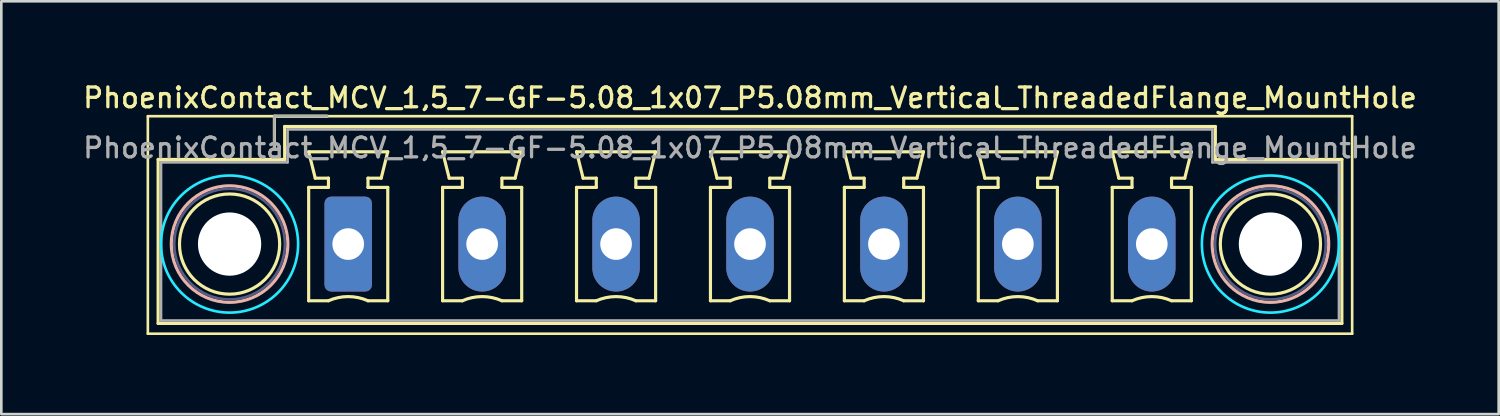
<source format=kicad_pcb>
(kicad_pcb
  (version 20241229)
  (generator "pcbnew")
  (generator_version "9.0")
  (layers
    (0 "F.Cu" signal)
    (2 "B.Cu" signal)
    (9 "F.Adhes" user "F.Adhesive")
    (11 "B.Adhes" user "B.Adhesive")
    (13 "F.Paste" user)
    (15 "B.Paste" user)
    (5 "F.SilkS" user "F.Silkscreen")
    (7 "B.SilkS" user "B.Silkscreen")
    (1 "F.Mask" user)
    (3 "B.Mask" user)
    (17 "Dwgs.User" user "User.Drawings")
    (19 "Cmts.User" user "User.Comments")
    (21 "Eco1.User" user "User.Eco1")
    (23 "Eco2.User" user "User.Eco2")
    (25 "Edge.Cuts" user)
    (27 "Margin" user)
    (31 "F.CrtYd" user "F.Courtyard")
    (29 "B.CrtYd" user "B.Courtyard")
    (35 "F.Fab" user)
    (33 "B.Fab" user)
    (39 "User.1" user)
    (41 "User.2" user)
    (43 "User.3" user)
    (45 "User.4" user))
  (footprint "PhoenixContact_MCV_1,5_7-GF-5.08_1x07_P5.08mm_Vertical_ThreadedFlange_MountHole"
    (layer "F.Cu")
    (at 10.158 6.208)
    (property "Reference" "PhoenixContact_MCV_1,5_7-GF-5.08_1x07_P5.08mm_Vertical_ThreadedFlange_MountHole" (at 15.24 -5.55 0) (layer "F.SilkS") (effects (font (size 0.75 0.75) (thickness 0.125))))
    (attr through_hole)
    (fp_line (start -7.6 -4.85) (end -7.6 3.4) (stroke (width 0.1) (type solid)) (layer "F.SilkS"))
    (fp_line (start -7.6 3.4) (end 38.08 3.4) (stroke (width 0.1) (type solid)) (layer "F.SilkS"))
    (fp_line (start -7.21 -3.21) (end -7.21 3.01) (stroke (width 0.12) (type solid)) (layer "F.SilkS"))
    (fp_line (start -7.21 3.01) (end 37.69 3.01) (stroke (width 0.12) (type solid)) (layer "F.SilkS"))
    (fp_line (start -2.8 -4.85) (end -0.8 -4.85) (stroke (width 0.12) (type solid)) (layer "F.SilkS"))
    (fp_line (start -2.8 -3.6) (end -2.8 -4.85) (stroke (width 0.12) (type solid)) (layer "F.SilkS"))
    (fp_line (start -2.41 -4.46) (end -2.41 -3.21) (stroke (width 0.12) (type solid)) (layer "F.SilkS"))
    (fp_line (start -2.41 -3.21) (end -7.21 -3.21) (stroke (width 0.12) (type solid)) (layer "F.SilkS"))
    (fp_line (start -1.5 -3.5) (end 1.5 -3.5) (stroke (width 0.12) (type solid)) (layer "F.SilkS"))
    (fp_line (start -1.5 -2.15) (end -0.75 -2.15) (stroke (width 0.12) (type solid)) (layer "F.SilkS"))
    (fp_line (start -1.5 2.15) (end -1.5 -2.15) (stroke (width 0.12) (type solid)) (layer "F.SilkS"))
    (fp_line (start -1.25 -2.5) (end -1.5 -3.5) (stroke (width 0.12) (type solid)) (layer "F.SilkS"))
    (fp_line (start -0.75 -2.5) (end -1.25 -2.5) (stroke (width 0.12) (type solid)) (layer "F.SilkS"))
    (fp_line (start -0.75 -2.15) (end -0.75 -2.5) (stroke (width 0.12) (type solid)) (layer "F.SilkS"))
    (fp_line (start -0.75 2.15) (end -1.5 2.15) (stroke (width 0.12) (type solid)) (layer "F.SilkS"))
    (fp_line (start 0.75 -2.5) (end 0.75 -2.15) (stroke (width 0.12) (type solid)) (layer "F.SilkS"))
    (fp_line (start 0.75 -2.15) (end 1.5 -2.15) (stroke (width 0.12) (type solid)) (layer "F.SilkS"))
    (fp_line (start 1.25 -2.5) (end 0.75 -2.5) (stroke (width 0.12) (type solid)) (layer "F.SilkS"))
    (fp_line (start 1.5 -3.5) (end 1.25 -2.5) (stroke (width 0.12) (type solid)) (layer "F.SilkS"))
    (fp_line (start 1.5 -2.15) (end 1.5 2.15) (stroke (width 0.12) (type solid)) (layer "F.SilkS"))
    (fp_line (start 1.5 2.15) (end 0.75 2.15) (stroke (width 0.12) (type solid)) (layer "F.SilkS"))
    (fp_line (start 3.58 -3.5) (end 6.58 -3.5) (stroke (width 0.12) (type solid)) (layer "F.SilkS"))
    (fp_line (start 3.58 -2.15) (end 4.33 -2.15) (stroke (width 0.12) (type solid)) (layer "F.SilkS"))
    (fp_line (start 3.58 2.15) (end 3.58 -2.15) (stroke (width 0.12) (type solid)) (layer "F.SilkS"))
    (fp_line (start 3.83 -2.5) (end 3.58 -3.5) (stroke (width 0.12) (type solid)) (layer "F.SilkS"))
    (fp_line (start 4.33 -2.5) (end 3.83 -2.5) (stroke (width 0.12) (type solid)) (layer "F.SilkS"))
    (fp_line (start 4.33 -2.15) (end 4.33 -2.5) (stroke (width 0.12) (type solid)) (layer "F.SilkS"))
    (fp_line (start 4.33 2.15) (end 3.58 2.15) (stroke (width 0.12) (type solid)) (layer "F.SilkS"))
    (fp_line (start 5.83 -2.5) (end 5.83 -2.15) (stroke (width 0.12) (type solid)) (layer "F.SilkS"))
    (fp_line (start 5.83 -2.15) (end 6.58 -2.15) (stroke (width 0.12) (type solid)) (layer "F.SilkS"))
    (fp_line (start 6.33 -2.5) (end 5.83 -2.5) (stroke (width 0.12) (type solid)) (layer "F.SilkS"))
    (fp_line (start 6.58 -3.5) (end 6.33 -2.5) (stroke (width 0.12) (type solid)) (layer "F.SilkS"))
    (fp_line (start 6.58 -2.15) (end 6.58 2.15) (stroke (width 0.12) (type solid)) (layer "F.SilkS"))
    (fp_line (start 6.58 2.15) (end 5.83 2.15) (stroke (width 0.12) (type solid)) (layer "F.SilkS"))
    (fp_line (start 8.66 -3.5) (end 11.66 -3.5) (stroke (width 0.12) (type solid)) (layer "F.SilkS"))
    (fp_line (start 8.66 -2.15) (end 9.41 -2.15) (stroke (width 0.12) (type solid)) (layer "F.SilkS"))
    (fp_line (start 8.66 2.15) (end 8.66 -2.15) (stroke (width 0.12) (type solid)) (layer "F.SilkS"))
    (fp_line (start 8.91 -2.5) (end 8.66 -3.5) (stroke (width 0.12) (type solid)) (layer "F.SilkS"))
    (fp_line (start 9.41 -2.5) (end 8.91 -2.5) (stroke (width 0.12) (type solid)) (layer "F.SilkS"))
    (fp_line (start 9.41 -2.15) (end 9.41 -2.5) (stroke (width 0.12) (type solid)) (layer "F.SilkS"))
    (fp_line (start 9.41 2.15) (end 8.66 2.15) (stroke (width 0.12) (type solid)) (layer "F.SilkS"))
    (fp_line (start 10.91 -2.5) (end 10.91 -2.15) (stroke (width 0.12) (type solid)) (layer "F.SilkS"))
    (fp_line (start 10.91 -2.15) (end 11.66 -2.15) (stroke (width 0.12) (type solid)) (layer "F.SilkS"))
    (fp_line (start 11.41 -2.5) (end 10.91 -2.5) (stroke (width 0.12) (type solid)) (layer "F.SilkS"))
    (fp_line (start 11.66 -3.5) (end 11.41 -2.5) (stroke (width 0.12) (type solid)) (layer "F.SilkS"))
    (fp_line (start 11.66 -2.15) (end 11.66 2.15) (stroke (width 0.12) (type solid)) (layer "F.SilkS"))
    (fp_line (start 11.66 2.15) (end 10.91 2.15) (stroke (width 0.12) (type solid)) (layer "F.SilkS"))
    (fp_line (start 13.74 -3.5) (end 16.74 -3.5) (stroke (width 0.12) (type solid)) (layer "F.SilkS"))
    (fp_line (start 13.74 -2.15) (end 14.49 -2.15) (stroke (width 0.12) (type solid)) (layer "F.SilkS"))
    (fp_line (start 13.74 2.15) (end 13.74 -2.15) (stroke (width 0.12) (type solid)) (layer "F.SilkS"))
    (fp_line (start 13.99 -2.5) (end 13.74 -3.5) (stroke (width 0.12) (type solid)) (layer "F.SilkS"))
    (fp_line (start 14.49 -2.5) (end 13.99 -2.5) (stroke (width 0.12) (type solid)) (layer "F.SilkS"))
    (fp_line (start 14.49 -2.15) (end 14.49 -2.5) (stroke (width 0.12) (type solid)) (layer "F.SilkS"))
    (fp_line (start 14.49 2.15) (end 13.74 2.15) (stroke (width 0.12) (type solid)) (layer "F.SilkS"))
    (fp_line (start 15.99 -2.5) (end 15.99 -2.15) (stroke (width 0.12) (type solid)) (layer "F.SilkS"))
    (fp_line (start 15.99 -2.15) (end 16.74 -2.15) (stroke (width 0.12) (type solid)) (layer "F.SilkS"))
    (fp_line (start 16.49 -2.5) (end 15.99 -2.5) (stroke (width 0.12) (type solid)) (layer "F.SilkS"))
    (fp_line (start 16.74 -3.5) (end 16.49 -2.5) (stroke (width 0.12) (type solid)) (layer "F.SilkS"))
    (fp_line (start 16.74 -2.15) (end 16.74 2.15) (stroke (width 0.12) (type solid)) (layer "F.SilkS"))
    (fp_line (start 16.74 2.15) (end 15.99 2.15) (stroke (width 0.12) (type solid)) (layer "F.SilkS"))
    (fp_line (start 18.82 -3.5) (end 21.82 -3.5) (stroke (width 0.12) (type solid)) (layer "F.SilkS"))
    (fp_line (start 18.82 -2.15) (end 19.57 -2.15) (stroke (width 0.12) (type solid)) (layer "F.SilkS"))
    (fp_line (start 18.82 2.15) (end 18.82 -2.15) (stroke (width 0.12) (type solid)) (layer "F.SilkS"))
    (fp_line (start 19.07 -2.5) (end 18.82 -3.5) (stroke (width 0.12) (type solid)) (layer "F.SilkS"))
    (fp_line (start 19.57 -2.5) (end 19.07 -2.5) (stroke (width 0.12) (type solid)) (layer "F.SilkS"))
    (fp_line (start 19.57 -2.15) (end 19.57 -2.5) (stroke (width 0.12) (type solid)) (layer "F.SilkS"))
    (fp_line (start 19.57 2.15) (end 18.82 2.15) (stroke (width 0.12) (type solid)) (layer "F.SilkS"))
    (fp_line (start 21.07 -2.5) (end 21.07 -2.15) (stroke (width 0.12) (type solid)) (layer "F.SilkS"))
    (fp_line (start 21.07 -2.15) (end 21.82 -2.15) (stroke (width 0.12) (type solid)) (layer "F.SilkS"))
    (fp_line (start 21.57 -2.5) (end 21.07 -2.5) (stroke (width 0.12) (type solid)) (layer "F.SilkS"))
    (fp_line (start 21.82 -3.5) (end 21.57 -2.5) (stroke (width 0.12) (type solid)) (layer "F.SilkS"))
    (fp_line (start 21.82 -2.15) (end 21.82 2.15) (stroke (width 0.12) (type solid)) (layer "F.SilkS"))
    (fp_line (start 21.82 2.15) (end 21.07 2.15) (stroke (width 0.12) (type solid)) (layer "F.SilkS"))
    (fp_line (start 23.9 -3.5) (end 26.9 -3.5) (stroke (width 0.12) (type solid)) (layer "F.SilkS"))
    (fp_line (start 23.9 -2.15) (end 24.65 -2.15) (stroke (width 0.12) (type solid)) (layer "F.SilkS"))
    (fp_line (start 23.9 2.15) (end 23.9 -2.15) (stroke (width 0.12) (type solid)) (layer "F.SilkS"))
    (fp_line (start 24.15 -2.5) (end 23.9 -3.5) (stroke (width 0.12) (type solid)) (layer "F.SilkS"))
    (fp_line (start 24.65 -2.5) (end 24.15 -2.5) (stroke (width 0.12) (type solid)) (layer "F.SilkS"))
    (fp_line (start 24.65 -2.15) (end 24.65 -2.5) (stroke (width 0.12) (type solid)) (layer "F.SilkS"))
    (fp_line (start 24.65 2.15) (end 23.9 2.15) (stroke (width 0.12) (type solid)) (layer "F.SilkS"))
    (fp_line (start 26.15 -2.5) (end 26.15 -2.15) (stroke (width 0.12) (type solid)) (layer "F.SilkS"))
    (fp_line (start 26.15 -2.15) (end 26.9 -2.15) (stroke (width 0.12) (type solid)) (layer "F.SilkS"))
    (fp_line (start 26.65 -2.5) (end 26.15 -2.5) (stroke (width 0.12) (type solid)) (layer "F.SilkS"))
    (fp_line (start 26.9 -3.5) (end 26.65 -2.5) (stroke (width 0.12) (type solid)) (layer "F.SilkS"))
    (fp_line (start 26.9 -2.15) (end 26.9 2.15) (stroke (width 0.12) (type solid)) (layer "F.SilkS"))
    (fp_line (start 26.9 2.15) (end 26.15 2.15) (stroke (width 0.12) (type solid)) (layer "F.SilkS"))
    (fp_line (start 28.98 -3.5) (end 31.98 -3.5) (stroke (width 0.12) (type solid)) (layer "F.SilkS"))
    (fp_line (start 28.98 -2.15) (end 29.73 -2.15) (stroke (width 0.12) (type solid)) (layer "F.SilkS"))
    (fp_line (start 28.98 2.15) (end 28.98 -2.15) (stroke (width 0.12) (type solid)) (layer "F.SilkS"))
    (fp_line (start 29.23 -2.5) (end 28.98 -3.5) (stroke (width 0.12) (type solid)) (layer "F.SilkS"))
    (fp_line (start 29.73 -2.5) (end 29.23 -2.5) (stroke (width 0.12) (type solid)) (layer "F.SilkS"))
    (fp_line (start 29.73 -2.15) (end 29.73 -2.5) (stroke (width 0.12) (type solid)) (layer "F.SilkS"))
    (fp_line (start 29.73 2.15) (end 28.98 2.15) (stroke (width 0.12) (type solid)) (layer "F.SilkS"))
    (fp_line (start 31.23 -2.5) (end 31.23 -2.15) (stroke (width 0.12) (type solid)) (layer "F.SilkS"))
    (fp_line (start 31.23 -2.15) (end 31.98 -2.15) (stroke (width 0.12) (type solid)) (layer "F.SilkS"))
    (fp_line (start 31.73 -2.5) (end 31.23 -2.5) (stroke (width 0.12) (type solid)) (layer "F.SilkS"))
    (fp_line (start 31.98 -3.5) (end 31.73 -2.5) (stroke (width 0.12) (type solid)) (layer "F.SilkS"))
    (fp_line (start 31.98 -2.15) (end 31.98 2.15) (stroke (width 0.12) (type solid)) (layer "F.SilkS"))
    (fp_line (start 31.98 2.15) (end 31.23 2.15) (stroke (width 0.12) (type solid)) (layer "F.SilkS"))
    (fp_line (start 32.89 -4.46) (end -2.41 -4.46) (stroke (width 0.12) (type solid)) (layer "F.SilkS"))
    (fp_line (start 32.89 -3.21) (end 32.89 -4.46) (stroke (width 0.12) (type solid)) (layer "F.SilkS"))
    (fp_line (start 37.69 -3.21) (end 32.89 -3.21) (stroke (width 0.12) (type solid)) (layer "F.SilkS"))
    (fp_line (start 37.69 3.01) (end 37.69 -3.21) (stroke (width 0.12) (type solid)) (layer "F.SilkS"))
    (fp_line (start 38.08 -4.85) (end -7.6 -4.85) (stroke (width 0.1) (type solid)) (layer "F.SilkS"))
    (fp_line (start 38.08 3.4) (end 38.08 -4.85) (stroke (width 0.1) (type solid)) (layer "F.SilkS"))
    (fp_arc (start -0.75 2.15) (mid -0.000193 1.99191) (end 0.749647 2.149844) (stroke (width 0.12) (type solid)) (layer "F.SilkS"))
    (fp_arc (start 4.33 2.15) (mid 5.079807 1.99191) (end 5.829647 2.149844) (stroke (width 0.12) (type solid)) (layer "F.SilkS"))
    (fp_arc (start 9.41 2.15) (mid 10.159807 1.99191) (end 10.909647 2.149844) (stroke (width 0.12) (type solid)) (layer "F.SilkS"))
    (fp_arc (start 14.49 2.15) (mid 15.239807 1.99191) (end 15.989647 2.149844) (stroke (width 0.12) (type solid)) (layer "F.SilkS"))
    (fp_arc (start 19.57 2.15) (mid 20.319807 1.99191) (end 21.069647 2.149844) (stroke (width 0.12) (type solid)) (layer "F.SilkS"))
    (fp_arc (start 24.65 2.15) (mid 25.399807 1.99191) (end 26.149647 2.149844) (stroke (width 0.12) (type solid)) (layer "F.SilkS"))
    (fp_arc (start 29.73 2.15) (mid 30.479807 1.99191) (end 31.229647 2.149844) (stroke (width 0.12) (type solid)) (layer "F.SilkS"))
    (fp_circle (center -4.5 0) (end -2.6 0) (stroke (width 0.12) (type solid)) (fill no) (layer "F.SilkS"))
    (fp_circle (center 34.98 0) (end 36.88 0) (stroke (width 0.12) (type solid)) (fill no) (layer "F.SilkS"))
    (fp_circle (center -4.5 0) (end -2.29 0) (stroke (width 0.12) (type solid)) (fill no) (layer "B.SilkS"))
    (fp_circle (center 34.98 0) (end 37.19 0) (stroke (width 0.12) (type solid)) (fill no) (layer "B.SilkS"))
    (fp_circle (center -4.5 0) (end -1.9 0) (stroke (width 0.1) (type solid)) (fill no) (layer "B.CrtYd"))
    (fp_circle (center 34.98 0) (end 37.58 0) (stroke (width 0.1) (type solid)) (fill no) (layer "B.CrtYd"))
    (fp_circle (center -4.5 0) (end -2.4 0) (stroke (width 0.1) (type solid)) (fill no) (layer "B.Fab"))
    (fp_circle (center 34.98 0) (end 37.08 0) (stroke (width 0.1) (type solid)) (fill no) (layer "B.Fab"))
    (fp_line (start -7.1 -3.1) (end -7.1 2.9) (stroke (width 0.1) (type solid)) (layer "F.Fab"))
    (fp_line (start -7.1 2.9) (end 37.58 2.9) (stroke (width 0.1) (type solid)) (layer "F.Fab"))
    (fp_line (start -2.8 -4.85) (end -0.8 -4.85) (stroke (width 0.1) (type solid)) (layer "F.Fab"))
    (fp_line (start -2.8 -3.6) (end -2.8 -4.85) (stroke (width 0.1) (type solid)) (layer "F.Fab"))
    (fp_line (start -2.3 -4.35) (end -2.3 -3.1) (stroke (width 0.1) (type solid)) (layer "F.Fab"))
    (fp_line (start -2.3 -3.1) (end -7.1 -3.1) (stroke (width 0.1) (type solid)) (layer "F.Fab"))
    (fp_line (start 32.78 -4.35) (end -2.3 -4.35) (stroke (width 0.1) (type solid)) (layer "F.Fab"))
    (fp_line (start 32.78 -3.1) (end 32.78 -4.35) (stroke (width 0.1) (type solid)) (layer "F.Fab"))
    (fp_line (start 37.58 -3.1) (end 32.78 -3.1) (stroke (width 0.1) (type solid)) (layer "F.Fab"))
    (fp_line (start 37.58 2.9) (end 37.58 -3.1) (stroke (width 0.1) (type solid)) (layer "F.Fab"))
    (fp_text user "${REFERENCE}" (at 15.24 -3.65 0) (layer "F.Fab") (effects (font (size 0.75 0.75) (thickness 0.125))))
    (pad "" np_thru_hole circle (at -4.5 0) (size 2.4 2.4) (drill 2.4) (layers "*.Cu" "*.Mask"))
    (pad "" np_thru_hole circle (at 34.98 0) (size 2.4 2.4) (drill 2.4) (layers "*.Cu" "*.Mask"))
    (pad "1" thru_hole roundrect (at 0 0) (size 1.8 3.6) (drill 1.2) (layers "*.Cu" "*.Mask") (roundrect_rratio 0.139))
    (pad "2" thru_hole oval (at 5.08 0) (size 1.8 3.6) (drill 1.2) (layers "*.Cu" "*.Mask"))
    (pad "3" thru_hole oval (at 10.16 0) (size 1.8 3.6) (drill 1.2) (layers "*.Cu" "*.Mask"))
    (pad "4" thru_hole oval (at 15.24 0) (size 1.8 3.6) (drill 1.2) (layers "*.Cu" "*.Mask"))
    (pad "5" thru_hole oval (at 20.32 0) (size 1.8 3.6) (drill 1.2) (layers "*.Cu" "*.Mask"))
    (pad "6" thru_hole oval (at 25.4 0) (size 1.8 3.6) (drill 1.2) (layers "*.Cu" "*.Mask"))
    (pad "7" thru_hole oval (at 30.48 0) (size 1.8 3.6) (drill 1.2) (layers "*.Cu" "*.Mask")))
  (gr_rect
    (start -3 -3)
    (end 53.796 12.658)
    (stroke (width 0.1) (type default))
    (fill no)
    (layer "Edge.Cuts")))
</source>
